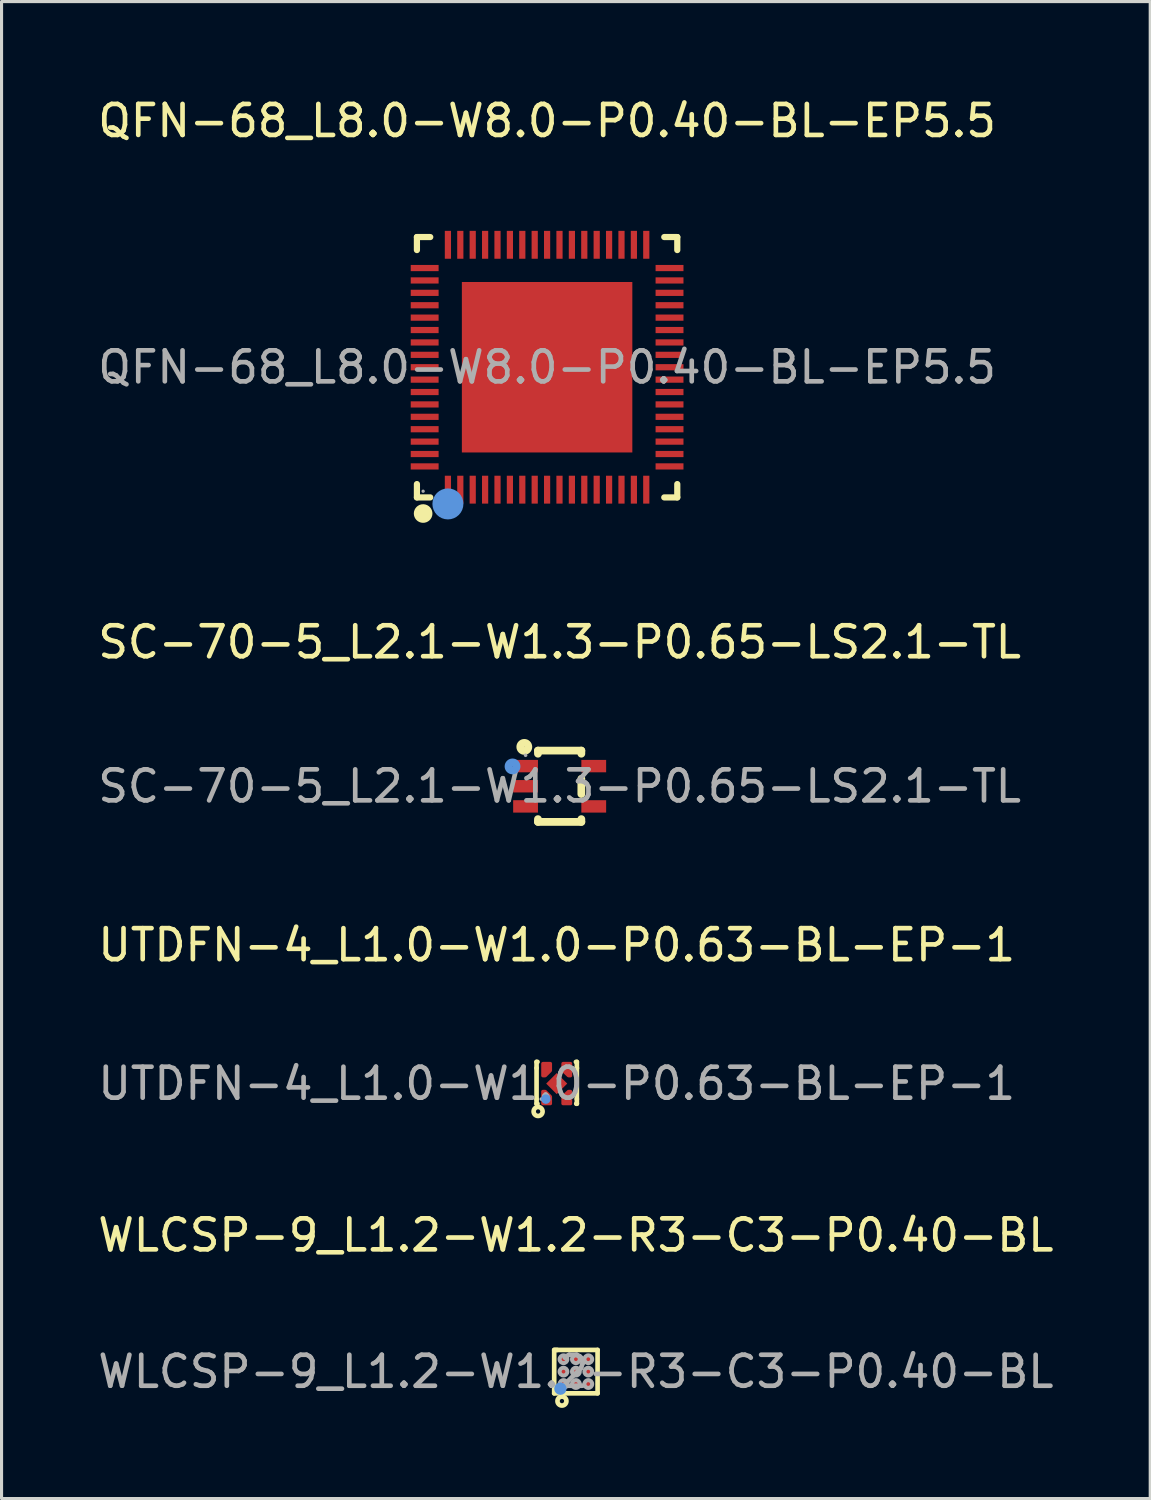
<source format=kicad_pcb>
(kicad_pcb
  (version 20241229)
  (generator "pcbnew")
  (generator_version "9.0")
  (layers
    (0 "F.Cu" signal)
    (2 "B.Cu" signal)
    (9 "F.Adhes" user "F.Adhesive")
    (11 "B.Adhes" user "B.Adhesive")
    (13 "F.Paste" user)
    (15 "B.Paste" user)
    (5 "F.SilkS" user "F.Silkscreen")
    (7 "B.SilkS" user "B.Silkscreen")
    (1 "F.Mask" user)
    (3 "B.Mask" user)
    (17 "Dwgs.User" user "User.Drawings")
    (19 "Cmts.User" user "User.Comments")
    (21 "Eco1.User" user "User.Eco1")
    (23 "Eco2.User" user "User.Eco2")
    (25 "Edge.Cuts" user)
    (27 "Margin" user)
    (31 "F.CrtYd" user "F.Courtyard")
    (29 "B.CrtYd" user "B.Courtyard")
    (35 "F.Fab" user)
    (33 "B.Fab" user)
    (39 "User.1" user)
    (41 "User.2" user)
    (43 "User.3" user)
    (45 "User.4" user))
  (footprint "SC-70-5_L2.1-W1.3-P0.65-LS2.1-TL"
    (layer "F.Cu")
    (at 15.006 22.317)
    (property "Reference" "SC-70-5_L2.1-W1.3-P0.65-LS2.1-TL" (at 0 -4.65 0) (layer "F.SilkS") (effects (font (size 1 1) (thickness 0.15))))
    (attr smd)
    (fp_line (start -0.7 -1.15) (end -0.7 -1.05) (stroke (width 0.25) (type solid)) (layer "F.SilkS"))
    (fp_line (start -0.7 1.06) (end -0.7 1.15) (stroke (width 0.25) (type solid)) (layer "F.SilkS"))
    (fp_line (start 0.7 -1.15) (end -0.7 -1.15) (stroke (width 0.25) (type solid)) (layer "F.SilkS"))
    (fp_line (start 0.7 -1.15) (end 0.7 -1.05) (stroke (width 0.25) (type solid)) (layer "F.SilkS"))
    (fp_line (start 0.7 -0.24) (end 0.7 0.25) (stroke (width 0.25) (type solid)) (layer "F.SilkS"))
    (fp_line (start 0.7 1.06) (end 0.7 1.15) (stroke (width 0.25) (type solid)) (layer "F.SilkS"))
    (fp_line (start 0.7 1.15) (end -0.7 1.15) (stroke (width 0.25) (type solid)) (layer "F.SilkS"))
    (fp_circle (center -1.14 -1.27) (end -1.01 -1.27) (stroke (width 0.25) (type solid)) (fill no) (layer "F.SilkS"))
    (fp_circle (center -1.52 -0.64) (end -1.39 -0.64) (stroke (width 0.25) (type solid)) (fill no) (layer "Cmts.User"))
    (fp_circle (center -1.1 -1) (end -1.07 -1) (stroke (width 0.06) (type solid)) (fill no) (layer "F.Fab"))
    (fp_text user "${REFERENCE}" (at 0 0 0) (layer "F.Fab") (effects (font (size 1 1) (thickness 0.15))))
    (pad "1" smd rect (at -1.1 -0.65 270) (size 0.4 0.8) (layers "F.Cu" "F.Mask" "F.Paste"))
    (pad "2" smd rect (at -1.1 0 270) (size 0.4 0.8) (layers "F.Cu" "F.Mask" "F.Paste"))
    (pad "3" smd rect (at -1.1 0.65 270) (size 0.4 0.8) (layers "F.Cu" "F.Mask" "F.Paste"))
    (pad "4" smd rect (at 1.1 0.65 270) (size 0.4 0.8) (layers "F.Cu" "F.Mask" "F.Paste"))
    (pad "5" smd rect (at 1.1 -0.65 270) (size 0.4 0.8) (layers "F.Cu" "F.Mask" "F.Paste")))
  (footprint "QFN-68_L8.0-W8.0-P0.40-BL-EP5.5"
    (layer "F.Cu")
    (at 14.601 8.798)
    (property "Reference" "QFN-68_L8.0-W8.0-P0.40-BL-EP5.5" (at 0 -7.95 0) (layer "F.SilkS") (effects (font (size 1 1) (thickness 0.15))))
    (attr smd)
    (fp_line (start -4.2 -4.2) (end -4.2 -3.78) (stroke (width 0.2) (type solid)) (layer "F.SilkS"))
    (fp_line (start -4.2 4.2) (end -4.2 3.77) (stroke (width 0.2) (type solid)) (layer "F.SilkS"))
    (fp_line (start -3.77 -4.2) (end -4.2 -4.2) (stroke (width 0.2) (type solid)) (layer "F.SilkS"))
    (fp_line (start -3.77 4.2) (end -4.2 4.2) (stroke (width 0.2) (type solid)) (layer "F.SilkS"))
    (fp_line (start 3.78 4.2) (end 4.2 4.2) (stroke (width 0.2) (type solid)) (layer "F.SilkS"))
    (fp_line (start 4.2 -4.2) (end 3.78 -4.2) (stroke (width 0.2) (type solid)) (layer "F.SilkS"))
    (fp_line (start 4.2 -3.78) (end 4.2 -4.2) (stroke (width 0.2) (type solid)) (layer "F.SilkS"))
    (fp_line (start 4.2 4.2) (end 4.2 3.77) (stroke (width 0.2) (type solid)) (layer "F.SilkS"))
    (fp_arc (start -3.99 4.57) (mid -4.004995 4.87025) (end -4.000016 4.569667) (stroke (width 0.3) (type solid)) (layer "F.SilkS"))
    (fp_circle (center -3.2 4.41) (end -2.95 4.41) (stroke (width 0.5) (type solid)) (fill no) (layer "Cmts.User"))
    (fp_circle (center -4 4) (end -3.97 4) (stroke (width 0.05) (type solid)) (fill no) (layer "F.Fab"))
    (fp_text user "${REFERENCE}" (at 0 0 0) (layer "F.Fab") (effects (font (size 1 1) (thickness 0.15))))
    (pad "1" smd rect (at -3.2 3.95) (size 0.2 0.9) (layers "F.Cu" "F.Mask" "F.Paste"))
    (pad "2" smd rect (at -2.8 3.95) (size 0.2 0.9) (layers "F.Cu" "F.Mask" "F.Paste"))
    (pad "3" smd rect (at -2.4 3.95) (size 0.2 0.9) (layers "F.Cu" "F.Mask" "F.Paste"))
    (pad "4" smd rect (at -2 3.95) (size 0.2 0.9) (layers "F.Cu" "F.Mask" "F.Paste"))
    (pad "5" smd rect (at -1.6 3.95) (size 0.2 0.9) (layers "F.Cu" "F.Mask" "F.Paste"))
    (pad "6" smd rect (at -1.2 3.95) (size 0.2 0.9) (layers "F.Cu" "F.Mask" "F.Paste"))
    (pad "7" smd rect (at -0.8 3.95) (size 0.2 0.9) (layers "F.Cu" "F.Mask" "F.Paste"))
    (pad "8" smd rect (at -0.4 3.95) (size 0.2 0.9) (layers "F.Cu" "F.Mask" "F.Paste"))
    (pad "9" smd rect (at 0 3.95) (size 0.2 0.9) (layers "F.Cu" "F.Mask" "F.Paste"))
    (pad "10" smd rect (at 0.4 3.95) (size 0.2 0.9) (layers "F.Cu" "F.Mask" "F.Paste"))
    (pad "11" smd rect (at 0.8 3.95) (size 0.2 0.9) (layers "F.Cu" "F.Mask" "F.Paste"))
    (pad "12" smd rect (at 1.2 3.95) (size 0.2 0.9) (layers "F.Cu" "F.Mask" "F.Paste"))
    (pad "13" smd rect (at 1.6 3.95) (size 0.2 0.9) (layers "F.Cu" "F.Mask" "F.Paste"))
    (pad "14" smd rect (at 2 3.95) (size 0.2 0.9) (layers "F.Cu" "F.Mask" "F.Paste"))
    (pad "15" smd rect (at 2.4 3.95) (size 0.2 0.9) (layers "F.Cu" "F.Mask" "F.Paste"))
    (pad "16" smd rect (at 2.8 3.95) (size 0.2 0.9) (layers "F.Cu" "F.Mask" "F.Paste"))
    (pad "17" smd rect (at 3.2 3.95) (size 0.2 0.9) (layers "F.Cu" "F.Mask" "F.Paste"))
    (pad "18" smd rect (at 3.95 3.2) (size 0.9 0.2) (layers "F.Cu" "F.Mask" "F.Paste"))
    (pad "19" smd rect (at 3.95 2.8) (size 0.9 0.2) (layers "F.Cu" "F.Mask" "F.Paste"))
    (pad "20" smd rect (at 3.95 2.4) (size 0.9 0.2) (layers "F.Cu" "F.Mask" "F.Paste"))
    (pad "21" smd rect (at 3.95 2) (size 0.9 0.2) (layers "F.Cu" "F.Mask" "F.Paste"))
    (pad "22" smd rect (at 3.95 1.6) (size 0.9 0.2) (layers "F.Cu" "F.Mask" "F.Paste"))
    (pad "23" smd rect (at 3.95 1.2) (size 0.9 0.2) (layers "F.Cu" "F.Mask" "F.Paste"))
    (pad "24" smd rect (at 3.95 0.8) (size 0.9 0.2) (layers "F.Cu" "F.Mask" "F.Paste"))
    (pad "25" smd rect (at 3.95 0.4) (size 0.9 0.2) (layers "F.Cu" "F.Mask" "F.Paste"))
    (pad "26" smd rect (at 3.95 0) (size 0.9 0.2) (layers "F.Cu" "F.Mask" "F.Paste"))
    (pad "27" smd rect (at 3.95 -0.4) (size 0.9 0.2) (layers "F.Cu" "F.Mask" "F.Paste"))
    (pad "28" smd rect (at 3.95 -0.8) (size 0.9 0.2) (layers "F.Cu" "F.Mask" "F.Paste"))
    (pad "29" smd rect (at 3.95 -1.2) (size 0.9 0.2) (layers "F.Cu" "F.Mask" "F.Paste"))
    (pad "30" smd rect (at 3.95 -1.6) (size 0.9 0.2) (layers "F.Cu" "F.Mask" "F.Paste"))
    (pad "31" smd rect (at 3.95 -2) (size 0.9 0.2) (layers "F.Cu" "F.Mask" "F.Paste"))
    (pad "32" smd rect (at 3.95 -2.4) (size 0.9 0.2) (layers "F.Cu" "F.Mask" "F.Paste"))
    (pad "33" smd rect (at 3.95 -2.8) (size 0.9 0.2) (layers "F.Cu" "F.Mask" "F.Paste"))
    (pad "34" smd rect (at 3.95 -3.2) (size 0.9 0.2) (layers "F.Cu" "F.Mask" "F.Paste"))
    (pad "35" smd rect (at 3.2 -3.95) (size 0.2 0.9) (layers "F.Cu" "F.Mask" "F.Paste"))
    (pad "36" smd rect (at 2.8 -3.95) (size 0.2 0.9) (layers "F.Cu" "F.Mask" "F.Paste"))
    (pad "37" smd rect (at 2.4 -3.95) (size 0.2 0.9) (layers "F.Cu" "F.Mask" "F.Paste"))
    (pad "38" smd rect (at 2 -3.95) (size 0.2 0.9) (layers "F.Cu" "F.Mask" "F.Paste"))
    (pad "39" smd rect (at 1.6 -3.95) (size 0.2 0.9) (layers "F.Cu" "F.Mask" "F.Paste"))
    (pad "40" smd rect (at 1.2 -3.95) (size 0.2 0.9) (layers "F.Cu" "F.Mask" "F.Paste"))
    (pad "41" smd rect (at 0.8 -3.95) (size 0.2 0.9) (layers "F.Cu" "F.Mask" "F.Paste"))
    (pad "42" smd rect (at 0.4 -3.95) (size 0.2 0.9) (layers "F.Cu" "F.Mask" "F.Paste"))
    (pad "43" smd rect (at 0 -3.95) (size 0.2 0.9) (layers "F.Cu" "F.Mask" "F.Paste"))
    (pad "44" smd rect (at -0.4 -3.95) (size 0.2 0.9) (layers "F.Cu" "F.Mask" "F.Paste"))
    (pad "45" smd rect (at -0.8 -3.95) (size 0.2 0.9) (layers "F.Cu" "F.Mask" "F.Paste"))
    (pad "46" smd rect (at -1.2 -3.95) (size 0.2 0.9) (layers "F.Cu" "F.Mask" "F.Paste"))
    (pad "47" smd rect (at -1.6 -3.95) (size 0.2 0.9) (layers "F.Cu" "F.Mask" "F.Paste"))
    (pad "48" smd rect (at -2 -3.95) (size 0.2 0.9) (layers "F.Cu" "F.Mask" "F.Paste"))
    (pad "49" smd rect (at -2.4 -3.95) (size 0.2 0.9) (layers "F.Cu" "F.Mask" "F.Paste"))
    (pad "50" smd rect (at -2.8 -3.95) (size 0.2 0.9) (layers "F.Cu" "F.Mask" "F.Paste"))
    (pad "51" smd rect (at -3.2 -3.95) (size 0.2 0.9) (layers "F.Cu" "F.Mask" "F.Paste"))
    (pad "52" smd rect (at -3.95 -3.2) (size 0.9 0.2) (layers "F.Cu" "F.Mask" "F.Paste"))
    (pad "53" smd rect (at -3.95 -2.8) (size 0.9 0.2) (layers "F.Cu" "F.Mask" "F.Paste"))
    (pad "54" smd rect (at -3.95 -2.4) (size 0.9 0.2) (layers "F.Cu" "F.Mask" "F.Paste"))
    (pad "55" smd rect (at -3.95 -2) (size 0.9 0.2) (layers "F.Cu" "F.Mask" "F.Paste"))
    (pad "56" smd rect (at -3.95 -1.6) (size 0.9 0.2) (layers "F.Cu" "F.Mask" "F.Paste"))
    (pad "57" smd rect (at -3.95 -1.2) (size 0.9 0.2) (layers "F.Cu" "F.Mask" "F.Paste"))
    (pad "58" smd rect (at -3.95 -0.8) (size 0.9 0.2) (layers "F.Cu" "F.Mask" "F.Paste"))
    (pad "59" smd rect (at -3.95 -0.4) (size 0.9 0.2) (layers "F.Cu" "F.Mask" "F.Paste"))
    (pad "60" smd rect (at -3.95 0) (size 0.9 0.2) (layers "F.Cu" "F.Mask" "F.Paste"))
    (pad "61" smd rect (at -3.95 0.4) (size 0.9 0.2) (layers "F.Cu" "F.Mask" "F.Paste"))
    (pad "62" smd rect (at -3.95 0.8) (size 0.9 0.2) (layers "F.Cu" "F.Mask" "F.Paste"))
    (pad "63" smd rect (at -3.95 1.2) (size 0.9 0.2) (layers "F.Cu" "F.Mask" "F.Paste"))
    (pad "64" smd rect (at -3.95 1.6) (size 0.9 0.2) (layers "F.Cu" "F.Mask" "F.Paste"))
    (pad "65" smd rect (at -3.95 2) (size 0.9 0.2) (layers "F.Cu" "F.Mask" "F.Paste"))
    (pad "66" smd rect (at -3.95 2.4) (size 0.9 0.2) (layers "F.Cu" "F.Mask" "F.Paste"))
    (pad "67" smd rect (at -3.95 2.8) (size 0.9 0.2) (layers "F.Cu" "F.Mask" "F.Paste"))
    (pad "68" smd rect (at -3.95 3.2) (size 0.9 0.2) (layers "F.Cu" "F.Mask" "F.Paste"))
    (pad "69" smd rect (at 0 0) (size 5.5 5.5) (layers "F.Cu" "F.Mask" "F.Paste")))
  (footprint "WLCSP-9_L1.2-W1.2-R3-C3-P0.40-BL"
    (layer "F.Cu")
    (at 15.53 41.203)
    (property "Reference" "WLCSP-9_L1.2-W1.2-R3-C3-P0.40-BL" (at 0 -4.4 0) (layer "F.SilkS") (effects (font (size 1 1) (thickness 0.15))))
    (attr smd)
    (fp_line (start -0.7 -0.7) (end -0.6 -0.7) (stroke (width 0.15) (type solid)) (layer "F.SilkS"))
    (fp_line (start -0.7 0.7) (end -0.7 -0.7) (stroke (width 0.15) (type solid)) (layer "F.SilkS"))
    (fp_line (start -0.65 -0.7) (end 0.7 -0.7) (stroke (width 0.15) (type solid)) (layer "F.SilkS"))
    (fp_line (start 0.7 -0.7) (end 0.7 0.7) (stroke (width 0.15) (type solid)) (layer "F.SilkS"))
    (fp_line (start 0.7 0.7) (end -0.7 0.7) (stroke (width 0.15) (type solid)) (layer "F.SilkS"))
    (fp_circle (center -0.45 0.95) (end -0.38 0.95) (stroke (width 0.15) (type solid)) (fill no) (layer "F.SilkS"))
    (fp_circle (center -0.5 0.55) (end -0.4 0.55) (stroke (width 0.2) (type solid)) (fill no) (layer "Cmts.User"))
    (fp_circle (center -0.6 0.6) (end -0.57 0.6) (stroke (width 0.06) (type solid)) (fill no) (layer "F.Fab"))
    (fp_circle (center -0.4 -0.4) (end -0.34 -0.4) (stroke (width 0.13) (type solid)) (fill no) (layer "F.Fab"))
    (fp_circle (center -0.4 0) (end -0.34 0) (stroke (width 0.13) (type solid)) (fill no) (layer "F.Fab"))
    (fp_circle (center -0.4 0.4) (end -0.34 0.4) (stroke (width 0.13) (type solid)) (fill no) (layer "F.Fab"))
    (fp_circle (center 0 -0.4) (end 0.06 -0.4) (stroke (width 0.13) (type solid)) (fill no) (layer "F.Fab"))
    (fp_circle (center 0 0) (end 0.06 0) (stroke (width 0.13) (type solid)) (fill no) (layer "F.Fab"))
    (fp_circle (center 0 0.4) (end 0.06 0.4) (stroke (width 0.13) (type solid)) (fill no) (layer "F.Fab"))
    (fp_circle (center 0.4 -0.4) (end 0.46 -0.4) (stroke (width 0.13) (type solid)) (fill no) (layer "F.Fab"))
    (fp_circle (center 0.4 0) (end 0.46 0) (stroke (width 0.13) (type solid)) (fill no) (layer "F.Fab"))
    (fp_circle (center 0.4 0.4) (end 0.46 0.4) (stroke (width 0.13) (type solid)) (fill no) (layer "F.Fab"))
    (fp_text user "${REFERENCE}" (at 0 0 0) (layer "F.Fab") (effects (font (size 1 1) (thickness 0.15))))
    (pad "A1" smd circle (at -0.4 0.4 90) (size 0.21 0.21) (layers "F.Cu" "F.Mask" "F.Paste"))
    (pad "A2" smd circle (at -0.4 0 90) (size 0.21 0.21) (layers "F.Cu" "F.Mask" "F.Paste"))
    (pad "A3" smd circle (at -0.4 -0.4 90) (size 0.21 0.21) (layers "F.Cu" "F.Mask" "F.Paste"))
    (pad "B1" smd circle (at 0 0.4 90) (size 0.21 0.21) (layers "F.Cu" "F.Mask" "F.Paste"))
    (pad "B2" smd circle (at 0 0 90) (size 0.21 0.21) (layers "F.Cu" "F.Mask" "F.Paste"))
    (pad "B3" smd circle (at 0 -0.4 90) (size 0.21 0.21) (layers "F.Cu" "F.Mask" "F.Paste"))
    (pad "C1" smd circle (at 0.4 0.4 90) (size 0.21 0.21) (layers "F.Cu" "F.Mask" "F.Paste"))
    (pad "C2" smd circle (at 0.4 0 90) (size 0.21 0.21) (layers "F.Cu" "F.Mask" "F.Paste"))
    (pad "C3" smd circle (at 0.4 -0.4 90) (size 0.21 0.21) (layers "F.Cu" "F.Mask" "F.Paste")))
  (footprint "UTDFN-4_L1.0-W1.0-P0.63-BL-EP-1"
    (layer "F.Cu")
    (at 14.911 31.91)
    (property "Reference" "UTDFN-4_L1.0-W1.0-P0.63-BL-EP-1" (at 0 -4.47 0) (layer "F.SilkS") (effects (font (size 1 1) (thickness 0.15))))
    (attr smd)
    (fp_line (start -0.65 -0.7) (end -0.62 -0.7) (stroke (width 0.15) (type solid)) (layer "F.SilkS"))
    (fp_line (start -0.65 -0.5) (end -0.65 -0.7) (stroke (width 0.15) (type solid)) (layer "F.SilkS"))
    (fp_line (start -0.65 -0.5) (end -0.65 0.5) (stroke (width 0.15) (type solid)) (layer "F.SilkS"))
    (fp_line (start -0.65 0.65) (end -0.65 0.5) (stroke (width 0.15) (type solid)) (layer "F.SilkS"))
    (fp_line (start -0.62 0.65) (end -0.65 0.65) (stroke (width 0.15) (type solid)) (layer "F.SilkS"))
    (fp_line (start 0.62 -0.7) (end 0.65 -0.7) (stroke (width 0.15) (type solid)) (layer "F.SilkS"))
    (fp_line (start 0.65 -0.7) (end 0.65 -0.5) (stroke (width 0.15) (type solid)) (layer "F.SilkS"))
    (fp_line (start 0.65 -0.5) (end 0.65 -0.5) (stroke (width 0.15) (type solid)) (layer "F.SilkS"))
    (fp_line (start 0.65 -0.5) (end 0.65 0.5) (stroke (width 0.15) (type solid)) (layer "F.SilkS"))
    (fp_line (start 0.65 0.5) (end 0.65 0.65) (stroke (width 0.15) (type solid)) (layer "F.SilkS"))
    (fp_line (start 0.65 0.65) (end 0.63 0.65) (stroke (width 0.15) (type solid)) (layer "F.SilkS"))
    (fp_circle (center -0.6 0.9) (end -0.53 0.9) (stroke (width 0.15) (type solid)) (fill no) (layer "F.SilkS"))
    (fp_circle (center -0.35 0.5) (end -0.27 0.5) (stroke (width 0.15) (type solid)) (fill no) (layer "Cmts.User"))
    (fp_circle (center -0.5 0.5) (end -0.47 0.5) (stroke (width 0.06) (type solid)) (fill no) (layer "F.Fab"))
    (fp_text user "${REFERENCE}" (at 0 0 0) (layer "F.Fab") (effects (font (size 1 1) (thickness 0.15))))
    (pad "1" smd custom (at -0.32 0.47) (size 0.01 0.01) (layers "F.Cu" "F.Mask" "F.Paste") (options (anchor circle)) (primitives (gr_poly (pts (xy -0.13 -0.22) (xy -0.05 -0.22) (xy 0.12 -0.05) (xy 0.12 0.18) (xy -0.13 0.18)) (width 0.1) (fill yes))))
    (pad "2" smd custom (at 0.32 0.47) (size 0.01 0.01) (layers "F.Cu" "F.Mask" "F.Paste") (options (anchor circle)) (primitives (gr_poly (pts (xy 0.13 -0.22) (xy 0.06 -0.22) (xy -0.12 -0.05) (xy -0.12 0.18) (xy 0.13 0.18)) (width 0.1) (fill yes))))
    (pad "3" smd custom (at 0.32 -0.47) (size 0.01 0.01) (layers "F.Cu" "F.Mask" "F.Paste") (options (anchor circle)) (primitives (gr_poly (pts (xy 0.13 0.22) (xy 0.06 0.22) (xy -0.12 0.05) (xy -0.12 -0.18) (xy 0.13 -0.18)) (width 0.1) (fill yes))))
    (pad "4" smd custom (at -0.32 -0.47) (size 0.01 0.01) (layers "F.Cu" "F.Mask" "F.Paste") (options (anchor circle)) (primitives (gr_poly (pts (xy -0.13 0.22) (xy -0.05 0.22) (xy 0.12 0.05) (xy 0.12 -0.18) (xy -0.13 -0.18)) (width 0.1) (fill yes))))
    (pad "5" smd rect (at 0 0 45) (size 0.48 0.48) (layers "F.Cu" "F.Mask" "F.Paste")))
  (gr_rect
    (start -3 -3)
    (end 34.06 45.298)
    (stroke (width 0.1) (type default))
    (fill no)
    (layer "Edge.Cuts")))
</source>
